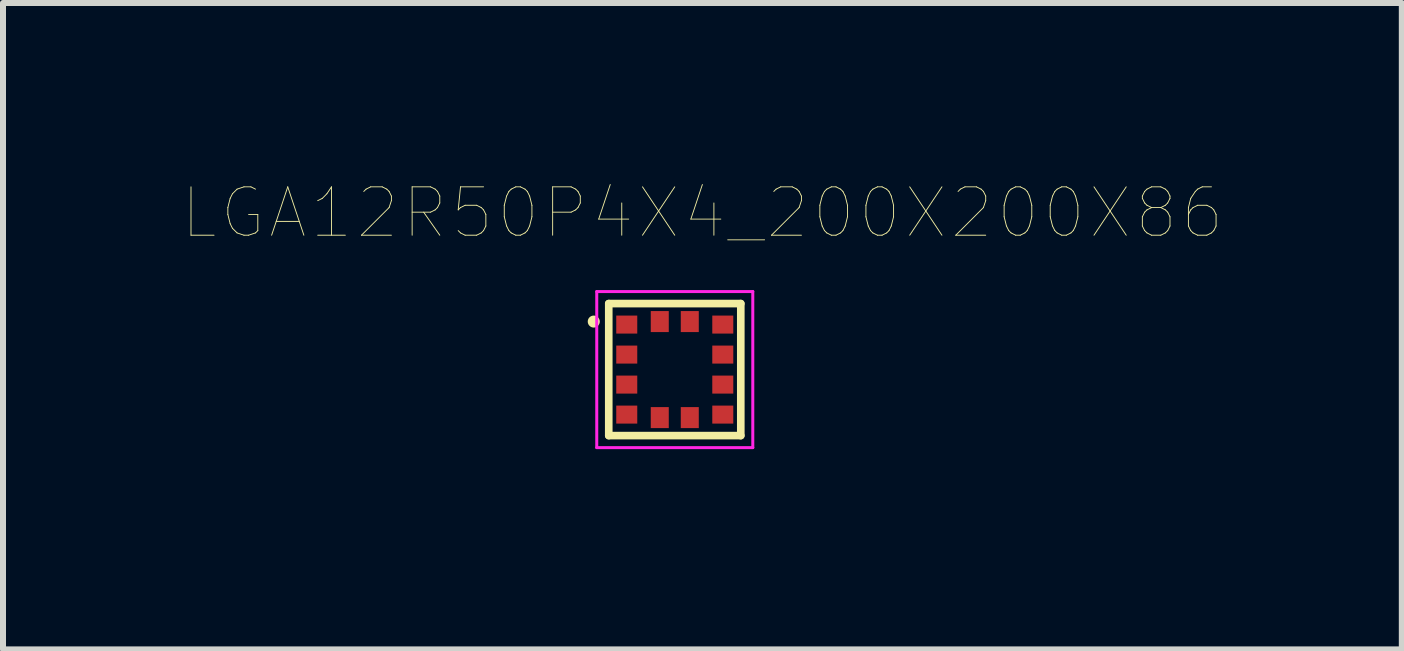
<source format=kicad_pcb>
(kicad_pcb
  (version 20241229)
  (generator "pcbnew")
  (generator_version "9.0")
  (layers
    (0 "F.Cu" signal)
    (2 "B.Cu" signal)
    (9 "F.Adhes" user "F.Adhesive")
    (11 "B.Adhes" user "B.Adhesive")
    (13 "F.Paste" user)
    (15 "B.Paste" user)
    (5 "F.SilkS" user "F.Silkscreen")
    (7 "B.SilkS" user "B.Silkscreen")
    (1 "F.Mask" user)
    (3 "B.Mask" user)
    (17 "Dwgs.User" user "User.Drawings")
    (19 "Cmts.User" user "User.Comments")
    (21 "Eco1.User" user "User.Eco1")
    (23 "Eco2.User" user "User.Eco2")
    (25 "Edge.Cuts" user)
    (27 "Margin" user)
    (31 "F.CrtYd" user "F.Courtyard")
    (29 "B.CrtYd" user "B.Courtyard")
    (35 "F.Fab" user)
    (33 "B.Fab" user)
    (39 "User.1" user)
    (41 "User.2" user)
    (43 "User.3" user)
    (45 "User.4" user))
  (footprint "LGA12R50P4X4_200X200X86"
    (layer "F.Cu")
    (at 8.193 3.108)
    (property "Reference" "LGA12R50P4X4_200X200X86" (at 0.46 -2.611 0) (layer "F.SilkS") (effects (font (size 0.806 0.806) (thickness 0.015))))
    (attr through_hole)
    (fp_poly (pts (xy -1.746 0.56) (xy -0.58 0.56) (xy -0.58 1.609) (xy -1.746 1.609)) (stroke (width 0.01) (type solid)) (fill yes) (layer "F.Mask"))
    (fp_poly (pts (xy -1.704 -0.44) (xy -0.58 -0.44) (xy -0.58 -0.1) (xy -1.704 -0.1)) (stroke (width 0.01) (type solid)) (fill yes) (layer "F.Mask"))
    (fp_poly (pts (xy -1.693 -0.94) (xy -0.58 -0.94) (xy -0.58 -0.929) (xy -1.693 -0.929)) (stroke (width 0.01) (type solid)) (fill yes) (layer "F.Mask"))
    (fp_poly (pts (xy -1.663 0.06) (xy -0.58 0.06) (xy -0.58 0.717) (xy -1.663 0.717)) (stroke (width 0.01) (type solid)) (fill yes) (layer "F.Mask"))
    (fp_poly (pts (xy -0.79 -0.99) (xy -0.03 -0.99) (xy -0.03 -1.026) (xy -0.79 -1.026)) (stroke (width 0.01) (type solid)) (fill yes) (layer "F.Mask"))
    (fp_poly (pts (xy -0.786 0.61) (xy -0.03 0.61) (xy -0.03 1.657) (xy -0.786 1.657)) (stroke (width 0.01) (type solid)) (fill yes) (layer "F.Mask"))
    (fp_poly (pts (xy 0.05 0.61) (xy 0.47 0.61) (xy 0.47 1.642) (xy 0.05 1.642)) (stroke (width 0.01) (type solid)) (fill yes) (layer "F.Mask"))
    (fp_poly (pts (xy 0.05 -0.99) (xy 0.47 -0.99) (xy 0.47 -1.02) (xy 0.05 -1.02)) (stroke (width 0.01) (type solid)) (fill yes) (layer "F.Mask"))
    (fp_poly (pts (xy 0.958 -0.44) (xy 1.02 -0.44) (xy 1.02 -0.099) (xy 0.958 -0.099)) (stroke (width 0.01) (type solid)) (fill yes) (layer "F.Mask"))
    (fp_poly (pts (xy 0.971 -0.94) (xy 1.02 -0.94) (xy 1.02 -0.938) (xy 0.971 -0.938)) (stroke (width 0.01) (type solid)) (fill yes) (layer "F.Mask"))
    (fp_poly (pts (xy 0.982 0.06) (xy 1.02 0.06) (xy 1.02 0.745) (xy 0.982 0.745)) (stroke (width 0.01) (type solid)) (fill yes) (layer "F.Mask"))
    (fp_poly (pts (xy 0.987 0.56) (xy 1.02 0.56) (xy 1.02 1.6) (xy 0.987 1.6)) (stroke (width 0.01) (type solid)) (fill yes) (layer "F.Mask"))
    (fp_line (start -1.1 -1.1) (end 1.1 -1.1) (stroke (width 0.127) (type solid)) (layer "F.SilkS"))
    (fp_line (start -1.1 1.1) (end -1.1 -1.1) (stroke (width 0.127) (type solid)) (layer "F.SilkS"))
    (fp_line (start 1.1 -1.1) (end 1.1 1.1) (stroke (width 0.127) (type solid)) (layer "F.SilkS"))
    (fp_line (start 1.1 1.1) (end -1.1 1.1) (stroke (width 0.127) (type solid)) (layer "F.SilkS"))
    (fp_circle (center -1.35 -0.8) (end -1.25 -0.8) (stroke (width 0) (type solid)) (fill yes) (layer "F.SilkS"))
    (fp_line (start -1.3 -1.3) (end 1.3 -1.3) (stroke (width 0.05) (type solid)) (layer "F.CrtYd"))
    (fp_line (start -1.3 1.3) (end -1.3 -1.3) (stroke (width 0.05) (type solid)) (layer "F.CrtYd"))
    (fp_line (start 1.3 -1.3) (end 1.3 1.3) (stroke (width 0.05) (type solid)) (layer "F.CrtYd"))
    (fp_line (start 1.3 1.3) (end -1.3 1.3) (stroke (width 0.05) (type solid)) (layer "F.CrtYd"))
    (pad "1" smd rect (at -0.8 -0.75) (size 0.35 0.3) (layers "F.Cu" "F.Paste"))
    (pad "2" smd rect (at -0.8 -0.25) (size 0.35 0.3) (layers "F.Cu" "F.Paste"))
    (pad "3" smd rect (at -0.8 0.25) (size 0.35 0.3) (layers "F.Cu" "F.Paste"))
    (pad "4" smd rect (at -0.8 0.75) (size 0.35 0.3) (layers "F.Cu" "F.Paste"))
    (pad "5" smd rect (at -0.25 0.8) (size 0.3 0.35) (layers "F.Cu" "F.Paste"))
    (pad "6" smd rect (at 0.25 0.8) (size 0.3 0.35) (layers "F.Cu" "F.Paste"))
    (pad "7" smd rect (at 0.8 0.75) (size 0.35 0.3) (layers "F.Cu" "F.Paste"))
    (pad "8" smd rect (at 0.8 0.25) (size 0.35 0.3) (layers "F.Cu" "F.Paste"))
    (pad "9" smd rect (at 0.8 -0.25) (size 0.35 0.3) (layers "F.Cu" "F.Paste"))
    (pad "10" smd rect (at 0.8 -0.75) (size 0.35 0.3) (layers "F.Cu" "F.Paste"))
    (pad "11" smd rect (at 0.25 -0.8) (size 0.3 0.35) (layers "F.Cu" "F.Paste"))
    (pad "12" smd rect (at -0.25 -0.8) (size 0.3 0.35) (layers "F.Cu" "F.Paste")))
  (gr_rect
    (start -3 -3)
    (end 20.307 7.77)
    (stroke (width 0.1) (type default))
    (fill no)
    (layer "Edge.Cuts")))
</source>
